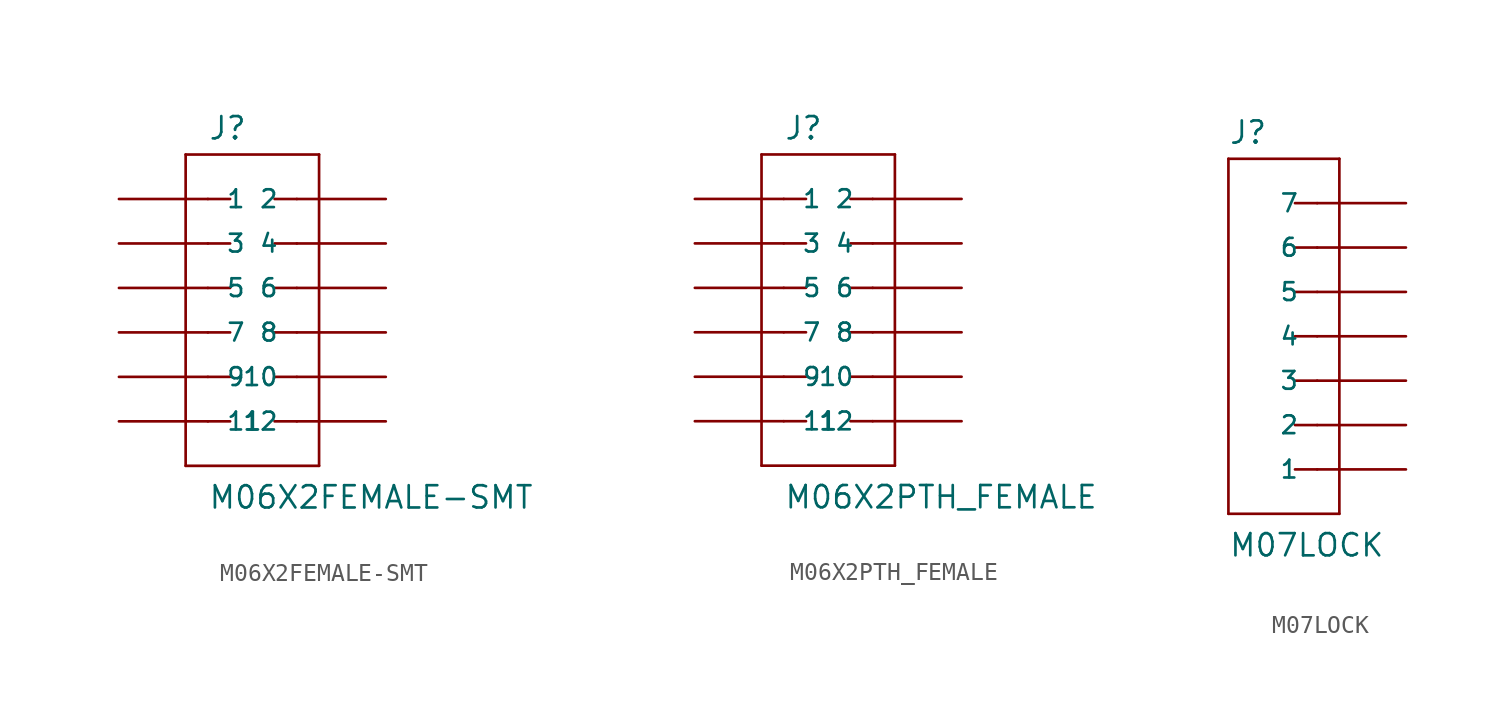
<source format=kicad_sym>
(kicad_symbol_lib
  (version 20211014)
  (generator kicad_symbol_editor)
  (symbol "M06X2FEMALE-SMT"
    (pin_numbers hide)
    (pin_names
      (offset 1.016))
    (property "Reference" "J"
      (at 0 16.002 0)
      (effects (font (size 1.27 1.27)) (justify left bottom)))
    (property "Value" "M06X2FEMALE-SMT"
      (at 0 -5.08 0)
      (effects (font (size 1.27 1.27)) (justify left bottom)))
    (property "Datasheet" ""
      (at 0 0 0)
      (effects (font (size 1.524 1.524))))
    (property "ki_locked" ""
      (at 0 0 0)
      (effects (font (size 1.27 1.27))))
    (symbol "M06X2FEMALE-SMT_1_0"
      (polyline (pts (xy -1.27 15.24) (xy -1.27 -2.54)) (stroke (width 0) (type default) (color 0 0 0 0)) (fill (type none)))
      (polyline (pts (xy -1.27 15.24) (xy 6.35 15.24)) (stroke (width 0) (type default) (color 0 0 0 0)) (fill (type none)))
      (polyline (pts (xy 1.27 0) (xy 0 0)) (stroke (width 0) (type default) (color 0 0 0 0)) (fill (type none)))
      (polyline (pts (xy 1.27 2.54) (xy 0 2.54)) (stroke (width 0) (type default) (color 0 0 0 0)) (fill (type none)))
      (polyline (pts (xy 1.27 5.08) (xy 0 5.08)) (stroke (width 0) (type default) (color 0 0 0 0)) (fill (type none)))
      (polyline (pts (xy 1.27 7.62) (xy 0 7.62)) (stroke (width 0) (type default) (color 0 0 0 0)) (fill (type none)))
      (polyline (pts (xy 1.27 10.16) (xy 0 10.16)) (stroke (width 0) (type default) (color 0 0 0 0)) (fill (type none)))
      (polyline (pts (xy 1.27 12.7) (xy 0 12.7)) (stroke (width 0) (type default) (color 0 0 0 0)) (fill (type none)))
      (polyline (pts (xy 3.81 0) (xy 5.08 0)) (stroke (width 0) (type default) (color 0 0 0 0)) (fill (type none)))
      (polyline (pts (xy 3.81 2.54) (xy 5.08 2.54)) (stroke (width 0) (type default) (color 0 0 0 0)) (fill (type none)))
      (polyline (pts (xy 3.81 5.08) (xy 5.08 5.08)) (stroke (width 0) (type default) (color 0 0 0 0)) (fill (type none)))
      (polyline (pts (xy 3.81 7.62) (xy 5.08 7.62)) (stroke (width 0) (type default) (color 0 0 0 0)) (fill (type none)))
      (polyline (pts (xy 3.81 10.16) (xy 5.08 10.16)) (stroke (width 0) (type default) (color 0 0 0 0)) (fill (type none)))
      (polyline (pts (xy 3.81 12.7) (xy 5.08 12.7)) (stroke (width 0) (type default) (color 0 0 0 0)) (fill (type none)))
      (polyline (pts (xy 6.35 -2.54) (xy -1.27 -2.54)) (stroke (width 0) (type default) (color 0 0 0 0)) (fill (type none)))
      (polyline (pts (xy 6.35 -2.54) (xy 6.35 15.24)) (stroke (width 0) (type default) (color 0 0 0 0)) (fill (type none))))
    (symbol "M06X2FEMALE-SMT_1_1"
      (pin passive line (at -5.08 12.7 0) (length 5.08) (name "1" (effects (font (size 1.016 1.016)))) (number "1" (effects (font (size 1.016 1.016)))))
      (pin passive line (at 10.16 2.54 180) (length 5.08) (name "10" (effects (font (size 1.016 1.016)))) (number "10" (effects (font (size 1.016 1.016)))))
      (pin passive line (at -5.08 0 0) (length 5.08) (name "11" (effects (font (size 1.016 1.016)))) (number "11" (effects (font (size 1.016 1.016)))))
      (pin passive line (at 10.16 0 180) (length 5.08) (name "12" (effects (font (size 1.016 1.016)))) (number "12" (effects (font (size 1.016 1.016)))))
      (pin passive line (at 10.16 12.7 180) (length 5.08) (name "2" (effects (font (size 1.016 1.016)))) (number "2" (effects (font (size 1.016 1.016)))))
      (pin passive line (at -5.08 10.16 0) (length 5.08) (name "3" (effects (font (size 1.016 1.016)))) (number "3" (effects (font (size 1.016 1.016)))))
      (pin passive line (at 10.16 10.16 180) (length 5.08) (name "4" (effects (font (size 1.016 1.016)))) (number "4" (effects (font (size 1.016 1.016)))))
      (pin passive line (at -5.08 7.62 0) (length 5.08) (name "5" (effects (font (size 1.016 1.016)))) (number "5" (effects (font (size 1.016 1.016)))))
      (pin passive line (at 10.16 7.62 180) (length 5.08) (name "6" (effects (font (size 1.016 1.016)))) (number "6" (effects (font (size 1.016 1.016)))))
      (pin passive line (at -5.08 5.08 0) (length 5.08) (name "7" (effects (font (size 1.016 1.016)))) (number "7" (effects (font (size 1.016 1.016)))))
      (pin passive line (at 10.16 5.08 180) (length 5.08) (name "8" (effects (font (size 1.016 1.016)))) (number "8" (effects (font (size 1.016 1.016)))))
      (pin passive line (at -5.08 2.54 0) (length 5.08) (name "9" (effects (font (size 1.016 1.016)))) (number "9" (effects (font (size 1.016 1.016)))))))
  (symbol "M06X2PTH_FEMALE"
    (pin_numbers hide)
    (pin_names
      (offset 1.016))
    (property "Reference" "J"
      (at 0 16.002 0)
      (effects (font (size 1.27 1.27)) (justify left bottom)))
    (property "Value" "M06X2PTH_FEMALE"
      (at 0 -5.08 0)
      (effects (font (size 1.27 1.27)) (justify left bottom)))
    (property "Datasheet" ""
      (at 0 0 0)
      (effects (font (size 1.524 1.524))))
    (property "ki_locked" ""
      (at 0 0 0)
      (effects (font (size 1.27 1.27))))
    (symbol "M06X2PTH_FEMALE_1_0"
      (polyline (pts (xy -1.27 15.24) (xy -1.27 -2.54)) (stroke (width 0) (type default) (color 0 0 0 0)) (fill (type none)))
      (polyline (pts (xy -1.27 15.24) (xy 6.35 15.24)) (stroke (width 0) (type default) (color 0 0 0 0)) (fill (type none)))
      (polyline (pts (xy 1.27 0) (xy 0 0)) (stroke (width 0) (type default) (color 0 0 0 0)) (fill (type none)))
      (polyline (pts (xy 1.27 2.54) (xy 0 2.54)) (stroke (width 0) (type default) (color 0 0 0 0)) (fill (type none)))
      (polyline (pts (xy 1.27 5.08) (xy 0 5.08)) (stroke (width 0) (type default) (color 0 0 0 0)) (fill (type none)))
      (polyline (pts (xy 1.27 7.62) (xy 0 7.62)) (stroke (width 0) (type default) (color 0 0 0 0)) (fill (type none)))
      (polyline (pts (xy 1.27 10.16) (xy 0 10.16)) (stroke (width 0) (type default) (color 0 0 0 0)) (fill (type none)))
      (polyline (pts (xy 1.27 12.7) (xy 0 12.7)) (stroke (width 0) (type default) (color 0 0 0 0)) (fill (type none)))
      (polyline (pts (xy 3.81 0) (xy 5.08 0)) (stroke (width 0) (type default) (color 0 0 0 0)) (fill (type none)))
      (polyline (pts (xy 3.81 2.54) (xy 5.08 2.54)) (stroke (width 0) (type default) (color 0 0 0 0)) (fill (type none)))
      (polyline (pts (xy 3.81 5.08) (xy 5.08 5.08)) (stroke (width 0) (type default) (color 0 0 0 0)) (fill (type none)))
      (polyline (pts (xy 3.81 7.62) (xy 5.08 7.62)) (stroke (width 0) (type default) (color 0 0 0 0)) (fill (type none)))
      (polyline (pts (xy 3.81 10.16) (xy 5.08 10.16)) (stroke (width 0) (type default) (color 0 0 0 0)) (fill (type none)))
      (polyline (pts (xy 3.81 12.7) (xy 5.08 12.7)) (stroke (width 0) (type default) (color 0 0 0 0)) (fill (type none)))
      (polyline (pts (xy 6.35 -2.54) (xy -1.27 -2.54)) (stroke (width 0) (type default) (color 0 0 0 0)) (fill (type none)))
      (polyline (pts (xy 6.35 -2.54) (xy 6.35 15.24)) (stroke (width 0) (type default) (color 0 0 0 0)) (fill (type none))))
    (symbol "M06X2PTH_FEMALE_1_1"
      (pin passive line (at -5.08 12.7 0) (length 5.08) (name "1" (effects (font (size 1.016 1.016)))) (number "1" (effects (font (size 1.016 1.016)))))
      (pin passive line (at 10.16 2.54 180) (length 5.08) (name "10" (effects (font (size 1.016 1.016)))) (number "10" (effects (font (size 1.016 1.016)))))
      (pin passive line (at -5.08 0 0) (length 5.08) (name "11" (effects (font (size 1.016 1.016)))) (number "11" (effects (font (size 1.016 1.016)))))
      (pin passive line (at 10.16 0 180) (length 5.08) (name "12" (effects (font (size 1.016 1.016)))) (number "12" (effects (font (size 1.016 1.016)))))
      (pin passive line (at 10.16 12.7 180) (length 5.08) (name "2" (effects (font (size 1.016 1.016)))) (number "2" (effects (font (size 1.016 1.016)))))
      (pin passive line (at -5.08 10.16 0) (length 5.08) (name "3" (effects (font (size 1.016 1.016)))) (number "3" (effects (font (size 1.016 1.016)))))
      (pin passive line (at 10.16 10.16 180) (length 5.08) (name "4" (effects (font (size 1.016 1.016)))) (number "4" (effects (font (size 1.016 1.016)))))
      (pin passive line (at -5.08 7.62 0) (length 5.08) (name "5" (effects (font (size 1.016 1.016)))) (number "5" (effects (font (size 1.016 1.016)))))
      (pin passive line (at 10.16 7.62 180) (length 5.08) (name "6" (effects (font (size 1.016 1.016)))) (number "6" (effects (font (size 1.016 1.016)))))
      (pin passive line (at -5.08 5.08 0) (length 5.08) (name "7" (effects (font (size 1.016 1.016)))) (number "7" (effects (font (size 1.016 1.016)))))
      (pin passive line (at 10.16 5.08 180) (length 5.08) (name "8" (effects (font (size 1.016 1.016)))) (number "8" (effects (font (size 1.016 1.016)))))
      (pin passive line (at -5.08 2.54 0) (length 5.08) (name "9" (effects (font (size 1.016 1.016)))) (number "9" (effects (font (size 1.016 1.016)))))))
  (symbol "M07LOCK"
    (pin_numbers hide)
    (pin_names
      (offset 1.016))
    (property "Reference" "J"
      (at -5.08 13.462 0)
      (effects (font (size 1.27 1.27)) (justify left bottom)))
    (property "Value" "M07LOCK"
      (at -5.08 -10.16 0)
      (effects (font (size 1.27 1.27)) (justify left bottom)))
    (property "Datasheet" ""
      (at 0 0 0)
      (effects (font (size 1.524 1.524))))
    (property "ki_locked" ""
      (at 0 0 0)
      (effects (font (size 1.27 1.27))))
    (symbol "M07LOCK_1_0"
      (polyline (pts (xy -5.08 12.7) (xy -5.08 -7.62)) (stroke (width 0) (type default) (color 0 0 0 0)) (fill (type none)))
      (polyline (pts (xy -5.08 12.7) (xy 1.27 12.7)) (stroke (width 0) (type default) (color 0 0 0 0)) (fill (type none)))
      (polyline (pts (xy -1.27 -5.08) (xy 0 -5.08)) (stroke (width 0) (type default) (color 0 0 0 0)) (fill (type none)))
      (polyline (pts (xy -1.27 -2.54) (xy 0 -2.54)) (stroke (width 0) (type default) (color 0 0 0 0)) (fill (type none)))
      (polyline (pts (xy -1.27 0) (xy 0 0)) (stroke (width 0) (type default) (color 0 0 0 0)) (fill (type none)))
      (polyline (pts (xy -1.27 2.54) (xy 0 2.54)) (stroke (width 0) (type default) (color 0 0 0 0)) (fill (type none)))
      (polyline (pts (xy -1.27 5.08) (xy 0 5.08)) (stroke (width 0) (type default) (color 0 0 0 0)) (fill (type none)))
      (polyline (pts (xy -1.27 7.62) (xy 0 7.62)) (stroke (width 0) (type default) (color 0 0 0 0)) (fill (type none)))
      (polyline (pts (xy -1.27 10.16) (xy 0 10.16)) (stroke (width 0) (type default) (color 0 0 0 0)) (fill (type none)))
      (polyline (pts (xy 1.27 -7.62) (xy -5.08 -7.62)) (stroke (width 0) (type default) (color 0 0 0 0)) (fill (type none)))
      (polyline (pts (xy 1.27 -7.62) (xy 1.27 12.7)) (stroke (width 0) (type default) (color 0 0 0 0)) (fill (type none))))
    (symbol "M07LOCK_1_1"
      (pin passive line (at 5.08 -5.08 180) (length 5.08) (name "1" (effects (font (size 1.016 1.016)))) (number "1" (effects (font (size 1.016 1.016)))))
      (pin passive line (at 5.08 -2.54 180) (length 5.08) (name "2" (effects (font (size 1.016 1.016)))) (number "2" (effects (font (size 1.016 1.016)))))
      (pin passive line (at 5.08 0 180) (length 5.08) (name "3" (effects (font (size 1.016 1.016)))) (number "3" (effects (font (size 1.016 1.016)))))
      (pin passive line (at 5.08 2.54 180) (length 5.08) (name "4" (effects (font (size 1.016 1.016)))) (number "4" (effects (font (size 1.016 1.016)))))
      (pin passive line (at 5.08 5.08 180) (length 5.08) (name "5" (effects (font (size 1.016 1.016)))) (number "5" (effects (font (size 1.016 1.016)))))
      (pin passive line (at 5.08 7.62 180) (length 5.08) (name "6" (effects (font (size 1.016 1.016)))) (number "6" (effects (font (size 1.016 1.016)))))
      (pin passive line (at 5.08 10.16 180) (length 5.08) (name "7" (effects (font (size 1.016 1.016)))) (number "7" (effects (font (size 1.016 1.016))))))))
</source>
